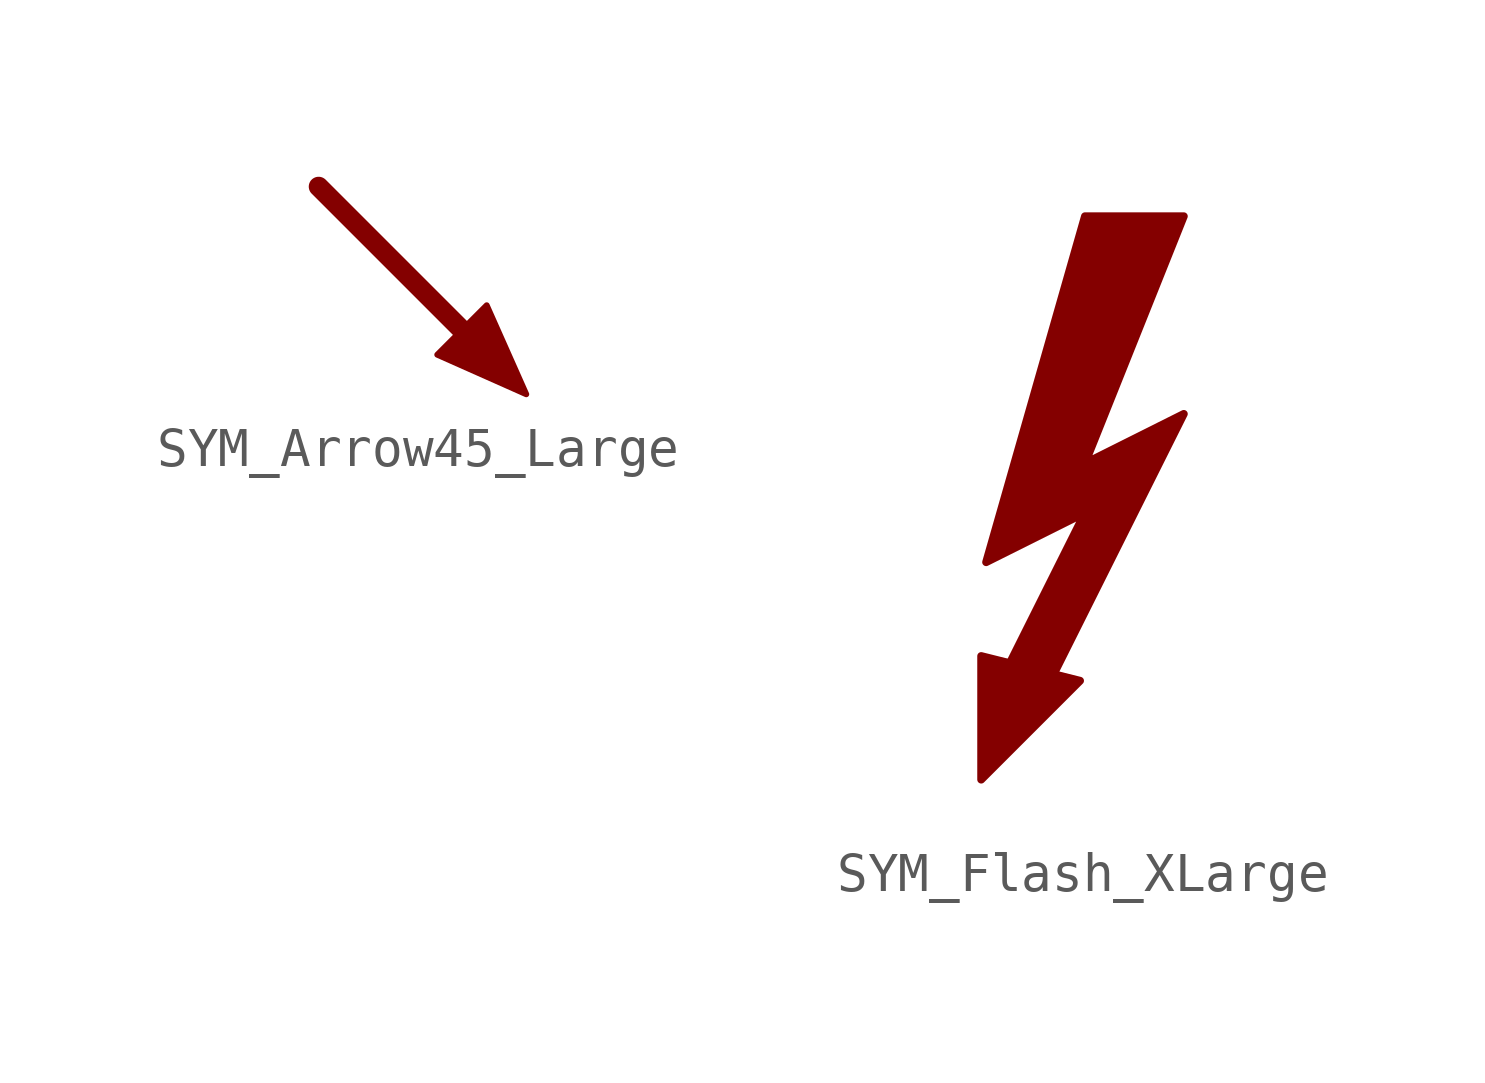
<source format=kicad_sym>
(kicad_symbol_lib
  (version 20201005)
  (generator kicad_symbol_editor)
  (symbol "SYM_Arrow45_Large"
    (pin_names
      (offset 1.016))
    (property "Reference" "#SYM"
      (at 0 4.064 0)
      (effects (font (size 1.27 1.27)) hide))
    (symbol "SYM_Arrow45_Large_0_1"
      (polyline (pts (xy -2.54 2.54) (xy 2.286 -2.286)) (stroke (width 0.508)) (fill (type none)))
      (polyline (pts (xy 2.794 -2.794) (xy 0.508 -1.778) (xy 1.778 -0.508) (xy 2.794 -2.794)) (stroke (width 0)) (fill (type outline)))))
  (symbol "SYM_Flash_XLarge"
    (pin_names
      (offset 1.016))
    (property "Reference" "#SYM"
      (at -3.81 0 90)
      (effects (font (size 1.27 1.27)) hide))
    (symbol "SYM_Flash_XLarge_0_1"
      (polyline (pts (xy -0.127 -3.683) (xy -2.667 -3.048) (xy -2.667 -6.223) (xy -0.127 -3.683)) (stroke (width 0.203)) (fill (type outline)))
      (polyline (pts (xy 0 8.255) (xy 1.27 8.255) (xy 2.54 8.255) (xy 0 1.905) (xy 2.54 3.175) (xy -1.27 -4.445) (xy -2.54 -4.445) (xy 0 0.635) (xy -2.54 -0.635) (xy 0 8.255)) (stroke (width 0.203)) (fill (type outline))))))
</source>
